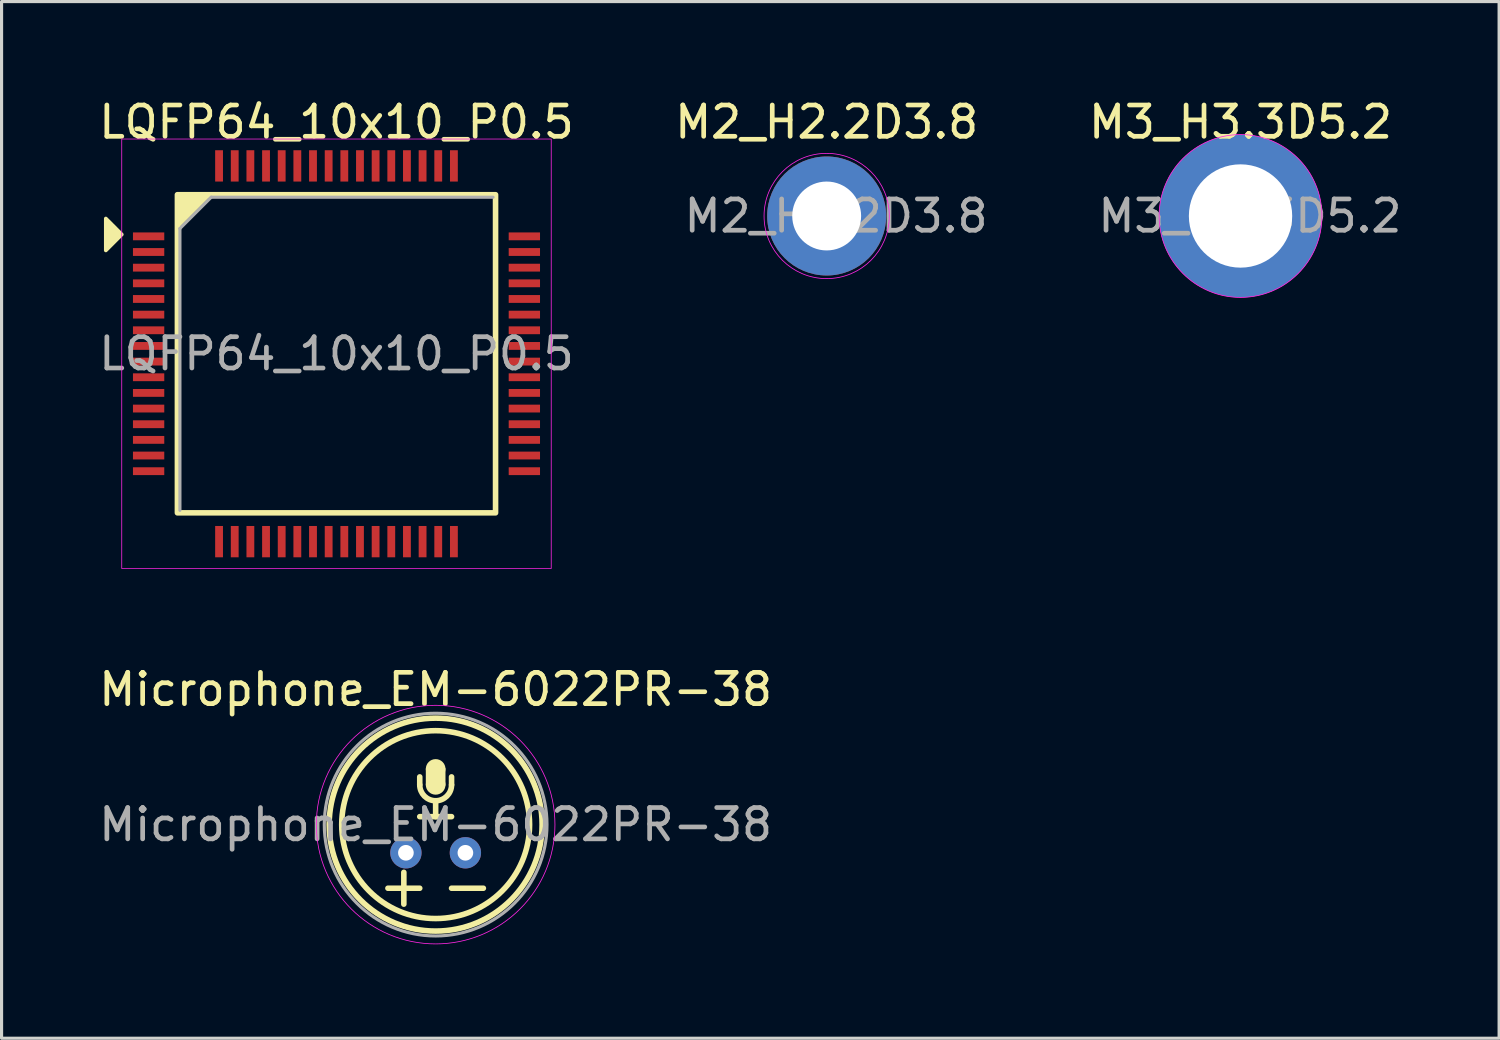
<source format=kicad_pcb>
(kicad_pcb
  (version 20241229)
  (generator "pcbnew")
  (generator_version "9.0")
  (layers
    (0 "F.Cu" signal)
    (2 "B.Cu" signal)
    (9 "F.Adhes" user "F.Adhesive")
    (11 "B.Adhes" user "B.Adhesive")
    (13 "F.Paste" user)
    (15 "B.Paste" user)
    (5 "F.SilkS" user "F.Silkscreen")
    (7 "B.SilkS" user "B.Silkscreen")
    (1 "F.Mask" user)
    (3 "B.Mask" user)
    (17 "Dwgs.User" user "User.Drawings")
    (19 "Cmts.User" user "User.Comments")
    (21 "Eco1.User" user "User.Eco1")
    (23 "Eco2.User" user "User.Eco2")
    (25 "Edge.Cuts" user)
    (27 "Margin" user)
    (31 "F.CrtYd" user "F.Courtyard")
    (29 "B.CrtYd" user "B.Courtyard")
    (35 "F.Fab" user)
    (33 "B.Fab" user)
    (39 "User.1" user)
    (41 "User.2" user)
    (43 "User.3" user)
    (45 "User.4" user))
  (footprint "Microphone_EM-6022PR-38"
    (layer "F.Cu")
    (at 10.863 23.285)
    (property "Reference" "Microphone_EM-6022PR-38" (at 0 -4.318 0) (unlocked yes) (layer "F.SilkS") (effects (font (size 1 1) (thickness 0.15))))
    (fp_line (start -1.524 2.032) (end -0.508 2.032) (stroke (width 0.178) (type solid)) (layer "F.SilkS"))
    (fp_line (start -1.016 1.524) (end -1.016 2.54) (stroke (width 0.178) (type solid)) (layer "F.SilkS"))
    (fp_line (start -0.508 -1.524) (end -0.508 -1.27) (stroke (width 0.178) (type solid)) (layer "F.SilkS"))
    (fp_line (start -0.508 -0.254) (end 0.508 -0.254) (stroke (width 0.178) (type solid)) (layer "F.SilkS"))
    (fp_line (start 0 -0.762) (end 0 -0.254) (stroke (width 0.178) (type solid)) (layer "F.SilkS"))
    (fp_line (start 0.508 -1.524) (end 0.508 -1.27) (stroke (width 0.178) (type solid)) (layer "F.SilkS"))
    (fp_line (start 0.508 2.032) (end 1.524 2.032) (stroke (width 0.178) (type solid)) (layer "F.SilkS"))
    (fp_rect (start -0.254 -1.778) (end 0.254 -1.27) (stroke (width 0.12) (type solid)) (fill yes) (layer "F.SilkS"))
    (fp_arc (start 0.508 -1.27) (mid 0 -0.762) (end -0.508 -1.27) (stroke (width 0.1778) (type solid)) (layer "F.SilkS"))
    (fp_circle (center 0 -1.778) (end 0.254 -1.778) (stroke (width 0.12) (type solid)) (fill yes) (layer "F.SilkS"))
    (fp_circle (center 0 -1.27) (end 0.254 -1.27) (stroke (width 0.12) (type solid)) (fill yes) (layer "F.SilkS"))
    (fp_circle (center 0 0) (end 3 0) (stroke (width 0.178) (type solid)) (fill no) (layer "F.SilkS"))
    (fp_circle (center 0 0) (end 3.4 0) (stroke (width 0.178) (type solid)) (fill no) (layer "F.SilkS"))
    (fp_circle (center 0 0) (end 3.81 0) (stroke (width 0.025) (type solid)) (fill no) (layer "F.CrtYd"))
    (fp_circle (center 0 0) (end 3.556 0) (stroke (width 0.1) (type solid)) (fill no) (layer "F.Fab"))
    (fp_text user "${REFERENCE}" (at 0 0 0) (unlocked yes) (layer "F.Fab") (effects (font (size 1 1) (thickness 0.15))))
    (pad "1" thru_hole circle (at -0.95 0.9) (size 1 1) (drill 0.5) (layers "*.Cu" "*.Mask"))
    (pad "2" thru_hole circle (at 0.95 0.9) (size 1 1) (drill 0.5) (layers "*.Cu" "*.Mask")))
  (footprint "LQFP64_10x10_P0.5"
    (layer "F.Cu")
    (at 7.696 8.248)
    (property "Reference" "LQFP64_10x10_P0.5" (at 0 -7.4 0) (layer "F.SilkS") (effects (font (size 1 1) (thickness 0.15))))
    (attr smd)
    (fp_rect (start -5.08 -5.08) (end 5.08 5.08) (stroke (width 0.178) (type solid)) (fill no) (layer "F.SilkS"))
    (fp_poly (pts (xy -6.858 -3.81) (xy -7.366 -3.302) (xy -7.366 -4.318)) (stroke (width 0.12) (type solid)) (fill yes) (layer "F.SilkS"))
    (fp_poly (pts (xy -5.08 -4.064) (xy -5.08 -5.08) (xy -4.064 -5.08)) (stroke (width 0.12) (type solid)) (fill yes) (layer "F.SilkS"))
    (fp_rect (start -6.858 6.858) (end 6.858 -6.858) (stroke (width 0.025) (type solid)) (fill no) (layer "F.CrtYd"))
    (fp_line (start -5 -4) (end -4 -5) (stroke (width 0.1) (type solid)) (layer "F.Fab"))
    (fp_line (start -5 5) (end -5 -4) (stroke (width 0.1) (type solid)) (layer "F.Fab"))
    (fp_line (start -4 -5) (end 5 -5) (stroke (width 0.1) (type solid)) (layer "F.Fab"))
    (fp_text user "${REFERENCE}" (at 0 0 0) (layer "F.Fab") (effects (font (size 1 1) (thickness 0.15))))
    (pad "1" smd rect (at -6 -3.75) (size 1 0.25) (layers "F.Cu" "F.Mask" "F.Paste"))
    (pad "2" smd rect (at -6 -3.25) (size 1 0.25) (layers "F.Cu" "F.Mask" "F.Paste"))
    (pad "3" smd rect (at -6 -2.75) (size 1 0.25) (layers "F.Cu" "F.Mask" "F.Paste"))
    (pad "4" smd rect (at -6 -2.25) (size 1 0.25) (layers "F.Cu" "F.Mask" "F.Paste"))
    (pad "5" smd rect (at -6 -1.75) (size 1 0.25) (layers "F.Cu" "F.Mask" "F.Paste"))
    (pad "6" smd rect (at -6 -1.25) (size 1 0.25) (layers "F.Cu" "F.Mask" "F.Paste"))
    (pad "7" smd rect (at -6 -0.75) (size 1 0.25) (layers "F.Cu" "F.Mask" "F.Paste"))
    (pad "8" smd rect (at -6 -0.25) (size 1 0.25) (layers "F.Cu" "F.Mask" "F.Paste"))
    (pad "9" smd rect (at -6 0.25) (size 1 0.25) (layers "F.Cu" "F.Mask" "F.Paste"))
    (pad "10" smd rect (at -6 0.75) (size 1 0.25) (layers "F.Cu" "F.Mask" "F.Paste"))
    (pad "11" smd rect (at -6 1.25) (size 1 0.25) (layers "F.Cu" "F.Mask" "F.Paste"))
    (pad "12" smd rect (at -6 1.75) (size 1 0.25) (layers "F.Cu" "F.Mask" "F.Paste"))
    (pad "13" smd rect (at -6 2.25) (size 1 0.25) (layers "F.Cu" "F.Mask" "F.Paste"))
    (pad "14" smd rect (at -6 2.75) (size 1 0.25) (layers "F.Cu" "F.Mask" "F.Paste"))
    (pad "15" smd rect (at -6 3.25) (size 1 0.25) (layers "F.Cu" "F.Mask" "F.Paste"))
    (pad "16" smd rect (at -6 3.75) (size 1 0.25) (layers "F.Cu" "F.Mask" "F.Paste"))
    (pad "17" smd rect (at -3.75 6) (size 0.25 1) (layers "F.Cu" "F.Mask" "F.Paste"))
    (pad "18" smd rect (at -3.25 6) (size 0.25 1) (layers "F.Cu" "F.Mask" "F.Paste"))
    (pad "19" smd rect (at -2.75 6) (size 0.25 1) (layers "F.Cu" "F.Mask" "F.Paste"))
    (pad "20" smd rect (at -2.25 6) (size 0.25 1) (layers "F.Cu" "F.Mask" "F.Paste"))
    (pad "21" smd rect (at -1.75 6) (size 0.25 1) (layers "F.Cu" "F.Mask" "F.Paste"))
    (pad "22" smd rect (at -1.25 6) (size 0.25 1) (layers "F.Cu" "F.Mask" "F.Paste"))
    (pad "23" smd rect (at -0.75 6) (size 0.25 1) (layers "F.Cu" "F.Mask" "F.Paste"))
    (pad "24" smd rect (at -0.25 6) (size 0.25 1) (layers "F.Cu" "F.Mask" "F.Paste"))
    (pad "25" smd rect (at 0.25 6) (size 0.25 1) (layers "F.Cu" "F.Mask" "F.Paste"))
    (pad "26" smd rect (at 0.75 6) (size 0.25 1) (layers "F.Cu" "F.Mask" "F.Paste"))
    (pad "27" smd rect (at 1.25 6) (size 0.25 1) (layers "F.Cu" "F.Mask" "F.Paste"))
    (pad "28" smd rect (at 1.75 6) (size 0.25 1) (layers "F.Cu" "F.Mask" "F.Paste"))
    (pad "29" smd rect (at 2.25 6) (size 0.25 1) (layers "F.Cu" "F.Mask" "F.Paste"))
    (pad "30" smd rect (at 2.75 6) (size 0.25 1) (layers "F.Cu" "F.Mask" "F.Paste"))
    (pad "31" smd rect (at 3.25 6) (size 0.25 1) (layers "F.Cu" "F.Mask" "F.Paste"))
    (pad "32" smd rect (at 3.75 6) (size 0.25 1) (layers "F.Cu" "F.Mask" "F.Paste"))
    (pad "33" smd rect (at 6 3.75) (size 1 0.25) (layers "F.Cu" "F.Mask" "F.Paste"))
    (pad "34" smd rect (at 6 3.25) (size 1 0.25) (layers "F.Cu" "F.Mask" "F.Paste"))
    (pad "35" smd rect (at 6 2.75) (size 1 0.25) (layers "F.Cu" "F.Mask" "F.Paste"))
    (pad "36" smd rect (at 6 2.25) (size 1 0.25) (layers "F.Cu" "F.Mask" "F.Paste"))
    (pad "37" smd rect (at 6 1.75) (size 1 0.25) (layers "F.Cu" "F.Mask" "F.Paste"))
    (pad "38" smd rect (at 6 1.25) (size 1 0.25) (layers "F.Cu" "F.Mask" "F.Paste"))
    (pad "39" smd rect (at 6 0.75) (size 1 0.25) (layers "F.Cu" "F.Mask" "F.Paste"))
    (pad "40" smd rect (at 6 0.25) (size 1 0.25) (layers "F.Cu" "F.Mask" "F.Paste"))
    (pad "41" smd rect (at 6 -0.25) (size 1 0.25) (layers "F.Cu" "F.Mask" "F.Paste"))
    (pad "42" smd rect (at 6 -0.75) (size 1 0.25) (layers "F.Cu" "F.Mask" "F.Paste"))
    (pad "43" smd rect (at 6 -1.25) (size 1 0.25) (layers "F.Cu" "F.Mask" "F.Paste"))
    (pad "44" smd rect (at 6 -1.75) (size 1 0.25) (layers "F.Cu" "F.Mask" "F.Paste"))
    (pad "45" smd rect (at 6 -2.25) (size 1 0.25) (layers "F.Cu" "F.Mask" "F.Paste"))
    (pad "46" smd rect (at 6 -2.75) (size 1 0.25) (layers "F.Cu" "F.Mask" "F.Paste"))
    (pad "47" smd rect (at 6 -3.25) (size 1 0.25) (layers "F.Cu" "F.Mask" "F.Paste"))
    (pad "48" smd rect (at 6 -3.75) (size 1 0.25) (layers "F.Cu" "F.Mask" "F.Paste"))
    (pad "49" smd rect (at 3.75 -6) (size 0.25 1) (layers "F.Cu" "F.Mask" "F.Paste"))
    (pad "50" smd rect (at 3.25 -6) (size 0.25 1) (layers "F.Cu" "F.Mask" "F.Paste"))
    (pad "51" smd rect (at 2.75 -6) (size 0.25 1) (layers "F.Cu" "F.Mask" "F.Paste"))
    (pad "52" smd rect (at 2.25 -6) (size 0.25 1) (layers "F.Cu" "F.Mask" "F.Paste"))
    (pad "53" smd rect (at 1.75 -6) (size 0.25 1) (layers "F.Cu" "F.Mask" "F.Paste"))
    (pad "54" smd rect (at 1.25 -6) (size 0.25 1) (layers "F.Cu" "F.Mask" "F.Paste"))
    (pad "55" smd rect (at 0.75 -6) (size 0.25 1) (layers "F.Cu" "F.Mask" "F.Paste"))
    (pad "56" smd rect (at 0.25 -6) (size 0.25 1) (layers "F.Cu" "F.Mask" "F.Paste"))
    (pad "57" smd rect (at -0.25 -6) (size 0.25 1) (layers "F.Cu" "F.Mask" "F.Paste"))
    (pad "58" smd rect (at -0.75 -6) (size 0.25 1) (layers "F.Cu" "F.Mask" "F.Paste"))
    (pad "59" smd rect (at -1.25 -6) (size 0.25 1) (layers "F.Cu" "F.Mask" "F.Paste"))
    (pad "60" smd rect (at -1.75 -6) (size 0.25 1) (layers "F.Cu" "F.Mask" "F.Paste"))
    (pad "61" smd rect (at -2.25 -6) (size 0.25 1) (layers "F.Cu" "F.Mask" "F.Paste"))
    (pad "62" smd rect (at -2.75 -6) (size 0.25 1) (layers "F.Cu" "F.Mask" "F.Paste"))
    (pad "63" smd rect (at -3.25 -6) (size 0.25 1) (layers "F.Cu" "F.Mask" "F.Paste"))
    (pad "64" smd rect (at -3.75 -6) (size 0.25 1) (layers "F.Cu" "F.Mask" "F.Paste")))
  (footprint "M2_H2.2D3.8"
    (layer "F.Cu")
    (at 23.351 3.848)
    (property "Reference" "M2_H2.2D3.8" (at 0 -3 0) (layer "F.SilkS") (effects (font (size 1 1) (thickness 0.15))))
    (attr exclude_from_pos_files exclude_from_bom)
    (fp_circle (center 0 0) (end 2 0) (stroke (width 0.025) (type solid)) (fill no) (layer "F.CrtYd"))
    (fp_text user "${REFERENCE}" (at 0.3 0 0) (layer "F.Fab") (effects (font (size 1 1) (thickness 0.15))))
    (pad "1" thru_hole circle (at 0 0) (size 3.8 3.8) (drill 2.2) (layers "*.Cu" "*.Mask")))
  (footprint "M3_H3.3D5.2"
    (layer "F.Cu")
    (at 36.568 3.848)
    (property "Reference" "M3_H3.3D5.2" (at 0 -3 0) (layer "F.SilkS") (effects (font (size 1 1) (thickness 0.15))))
    (attr exclude_from_pos_files exclude_from_bom)
    (fp_circle (center 0 0) (end 2.6 0) (stroke (width 0.025) (type solid)) (fill no) (layer "F.CrtYd"))
    (fp_text user "${REFERENCE}" (at 0.3 0 0) (layer "F.Fab") (effects (font (size 1 1) (thickness 0.15))))
    (pad "1" thru_hole circle (at 0 0) (size 5.2 5.2) (drill 3.3) (layers "*.Cu" "*.Mask")))
  (gr_rect
    (start -3 -3)
    (end 44.826 30.108)
    (stroke (width 0.1) (type default))
    (fill no)
    (layer "Edge.Cuts")))
</source>
